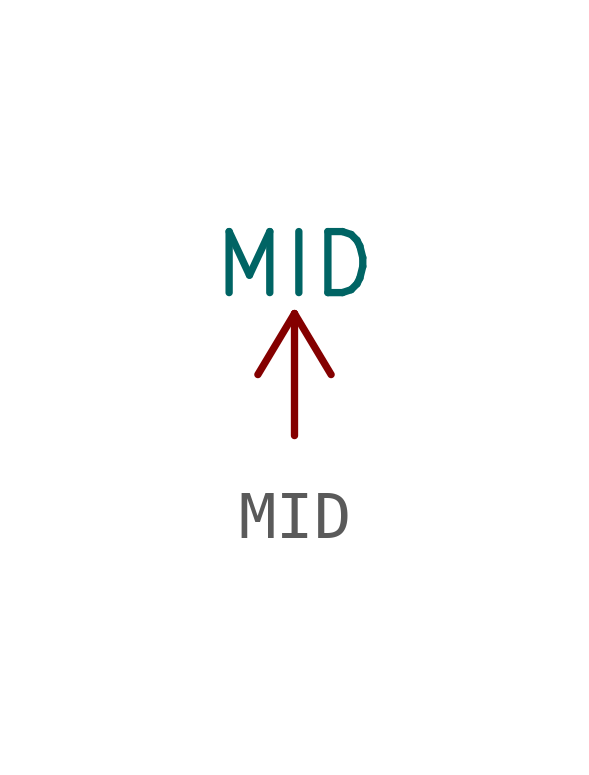
<source format=kicad_sym>
(kicad_symbol_lib
  (version 20211014)
  (generator kicad_symbol_editor)
  (symbol "MID"
    (power)
    (pin_names
      (offset 0))
    (property "Reference" "#PWR"
      (at 0 -3.81 0)
      (effects (font (size 1.27 1.27)) hide))
    (property "Value" "MID"
      (at 0 3.556 0)
      (effects (font (size 1.27 1.27))))
    (symbol "MID_0_1"
      (polyline (pts (xy -0.762 1.27) (xy 0 2.54)) (stroke (width 0) (type default) (color 0 0 0 0)) (fill (type none)))
      (polyline (pts (xy 0 0) (xy 0 2.54)) (stroke (width 0) (type default) (color 0 0 0 0)) (fill (type none)))
      (polyline (pts (xy 0 2.54) (xy 0.762 1.27)) (stroke (width 0) (type default) (color 0 0 0 0)) (fill (type none))))
    (symbol "MID_1_1"
      (pin power_in line (at 0 0 90) (length 0) hide (name "MID" (effects (font (size 1.27 1.27)))) (number "1" (effects (font (size 1.27 1.27))))))))
</source>
